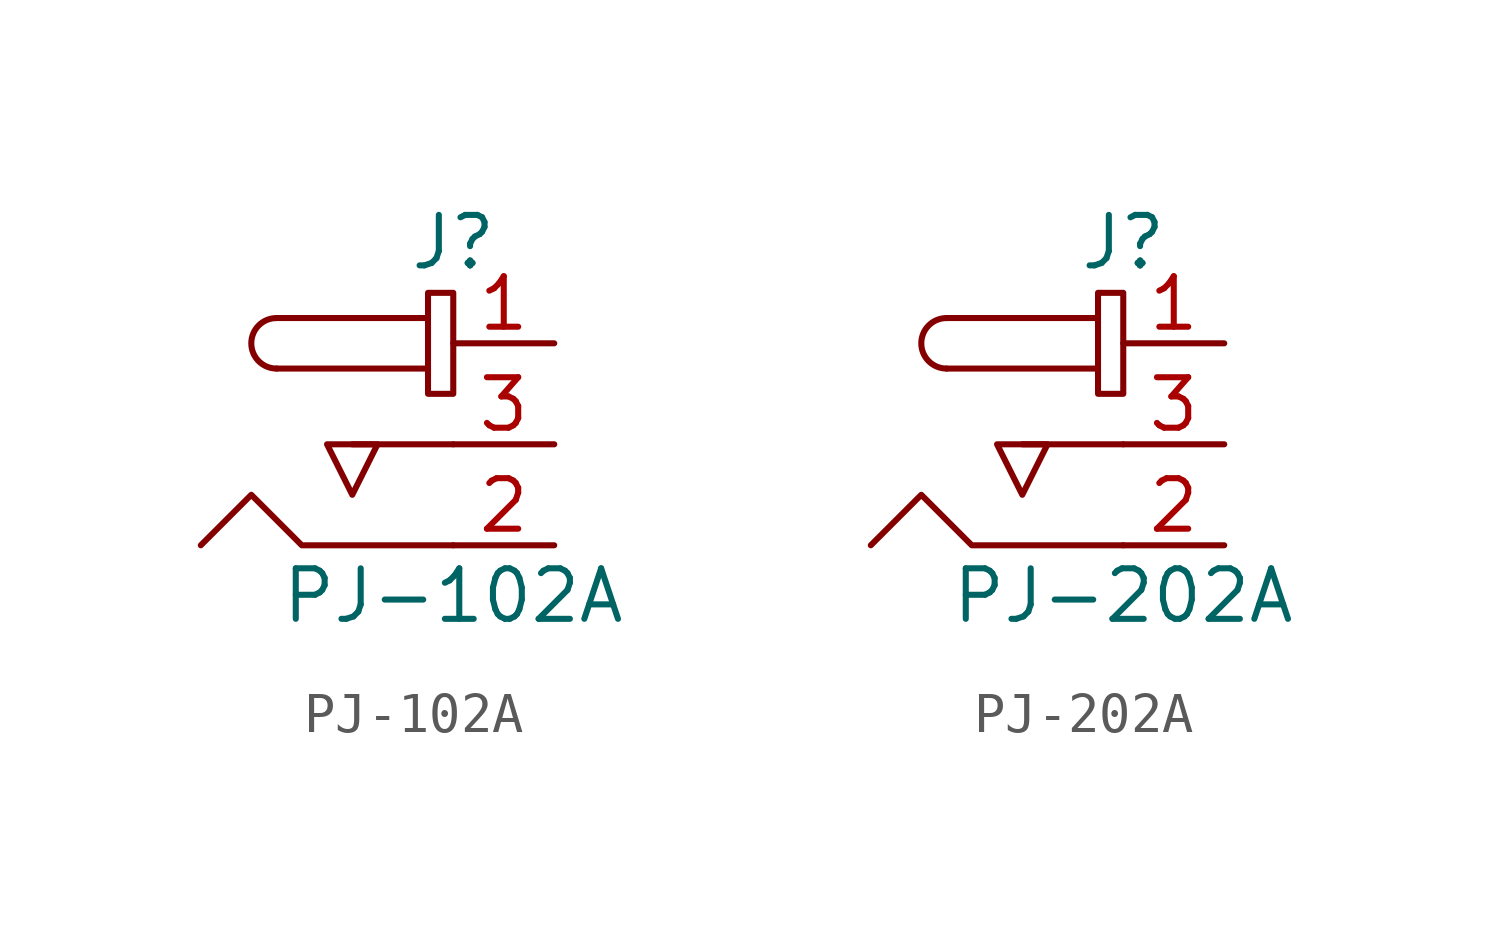
<source format=kicad_sym>
(kicad_symbol_lib
  (version 20211014)
  (generator kicad_symbol_editor)
  (symbol "PJ-102A"
    (pin_names
      (offset 1.016))
    (property "Reference" "J"
      (at 0 2.54 0)
      (effects (font (size 1.27 1.27))))
    (property "Value" "PJ-102A"
      (at 0 -6.35 0)
      (effects (font (size 1.27 1.27))))
    (symbol "PJ-102A_0_1"
      (arc (start -4.445 0.635) (mid -5.08 0) (end -4.445 -0.635) (stroke (width 0) (type default) (color 0 0 0 0)) (fill (type none)))
      (rectangle (start -0.635 1.27) (end 0 -1.27) (stroke (width 0) (type default) (color 0 0 0 0)) (fill (type none)))
      (polyline (pts (xy -0.635 -0.635) (xy -4.445 -0.635)) (stroke (width 0) (type default) (color 0 0 0 0)) (fill (type none)))
      (polyline (pts (xy -0.635 0.635) (xy -4.445 0.635)) (stroke (width 0) (type default) (color 0 0 0 0)) (fill (type none)))
      (polyline (pts (xy 0 -2.54) (xy -1.27 -2.54) (xy -2.54 -2.54)) (stroke (width 0) (type default) (color 0 0 0 0)) (fill (type none)))
      (polyline (pts (xy 0 -5.08) (xy -3.81 -5.08) (xy -5.08 -3.81) (xy -6.35 -5.08)) (stroke (width 0) (type default) (color 0 0 0 0)) (fill (type none)))
      (polyline (pts (xy -2.54 -2.54) (xy -3.175 -2.54) (xy -2.54 -3.81) (xy -1.905 -2.54) (xy -2.54 -2.54)) (stroke (width 0) (type default) (color 0 0 0 0)) (fill (type none))))
    (symbol "PJ-102A_1_1"
      (pin passive line (at 2.54 0 180) (length 2.54) (name "~" (effects (font (size 1.27 1.27)))) (number "1" (effects (font (size 1.27 1.27)))))
      (pin passive line (at 2.54 -5.08 180) (length 2.54) (name "~" (effects (font (size 1.27 1.27)))) (number "2" (effects (font (size 1.27 1.27)))))
      (pin passive line (at 2.54 -2.54 180) (length 2.54) (name "~" (effects (font (size 1.27 1.27)))) (number "3" (effects (font (size 1.27 1.27)))))))
  (symbol "PJ-202A"
    (pin_names
      (offset 1.016))
    (property "Reference" "J"
      (at 0 2.54 0)
      (effects (font (size 1.27 1.27))))
    (property "Value" "PJ-202A"
      (at 0 -6.35 0)
      (effects (font (size 1.27 1.27))))
    (symbol "PJ-202A_1_1"
      (arc (start -4.445 0.635) (mid -5.08 0) (end -4.445 -0.635) (stroke (width 0) (type default) (color 0 0 0 0)) (fill (type none)))
      (rectangle (start -0.635 1.27) (end 0 -1.27) (stroke (width 0) (type default) (color 0 0 0 0)) (fill (type none)))
      (polyline (pts (xy -0.635 -0.635) (xy -4.445 -0.635)) (stroke (width 0) (type default) (color 0 0 0 0)) (fill (type none)))
      (polyline (pts (xy -0.635 0.635) (xy -4.445 0.635)) (stroke (width 0) (type default) (color 0 0 0 0)) (fill (type none)))
      (polyline (pts (xy 0 -2.54) (xy -1.27 -2.54) (xy -2.54 -2.54)) (stroke (width 0) (type default) (color 0 0 0 0)) (fill (type none)))
      (polyline (pts (xy 0 -5.08) (xy -3.81 -5.08) (xy -5.08 -3.81) (xy -6.35 -5.08)) (stroke (width 0) (type default) (color 0 0 0 0)) (fill (type none)))
      (polyline (pts (xy -2.54 -2.54) (xy -3.175 -2.54) (xy -2.54 -3.81) (xy -1.905 -2.54) (xy -2.54 -2.54)) (stroke (width 0) (type default) (color 0 0 0 0)) (fill (type none)))
      (pin passive line (at 2.54 0 180) (length 2.54) (name "~" (effects (font (size 1.27 1.27)))) (number "1" (effects (font (size 1.27 1.27)))))
      (pin passive line (at 2.54 -5.08 180) (length 2.54) (name "~" (effects (font (size 1.27 1.27)))) (number "2" (effects (font (size 1.27 1.27)))))
      (pin passive line (at 2.54 -2.54 180) (length 2.54) (name "~" (effects (font (size 1.27 1.27)))) (number "3" (effects (font (size 1.27 1.27))))))))
</source>
